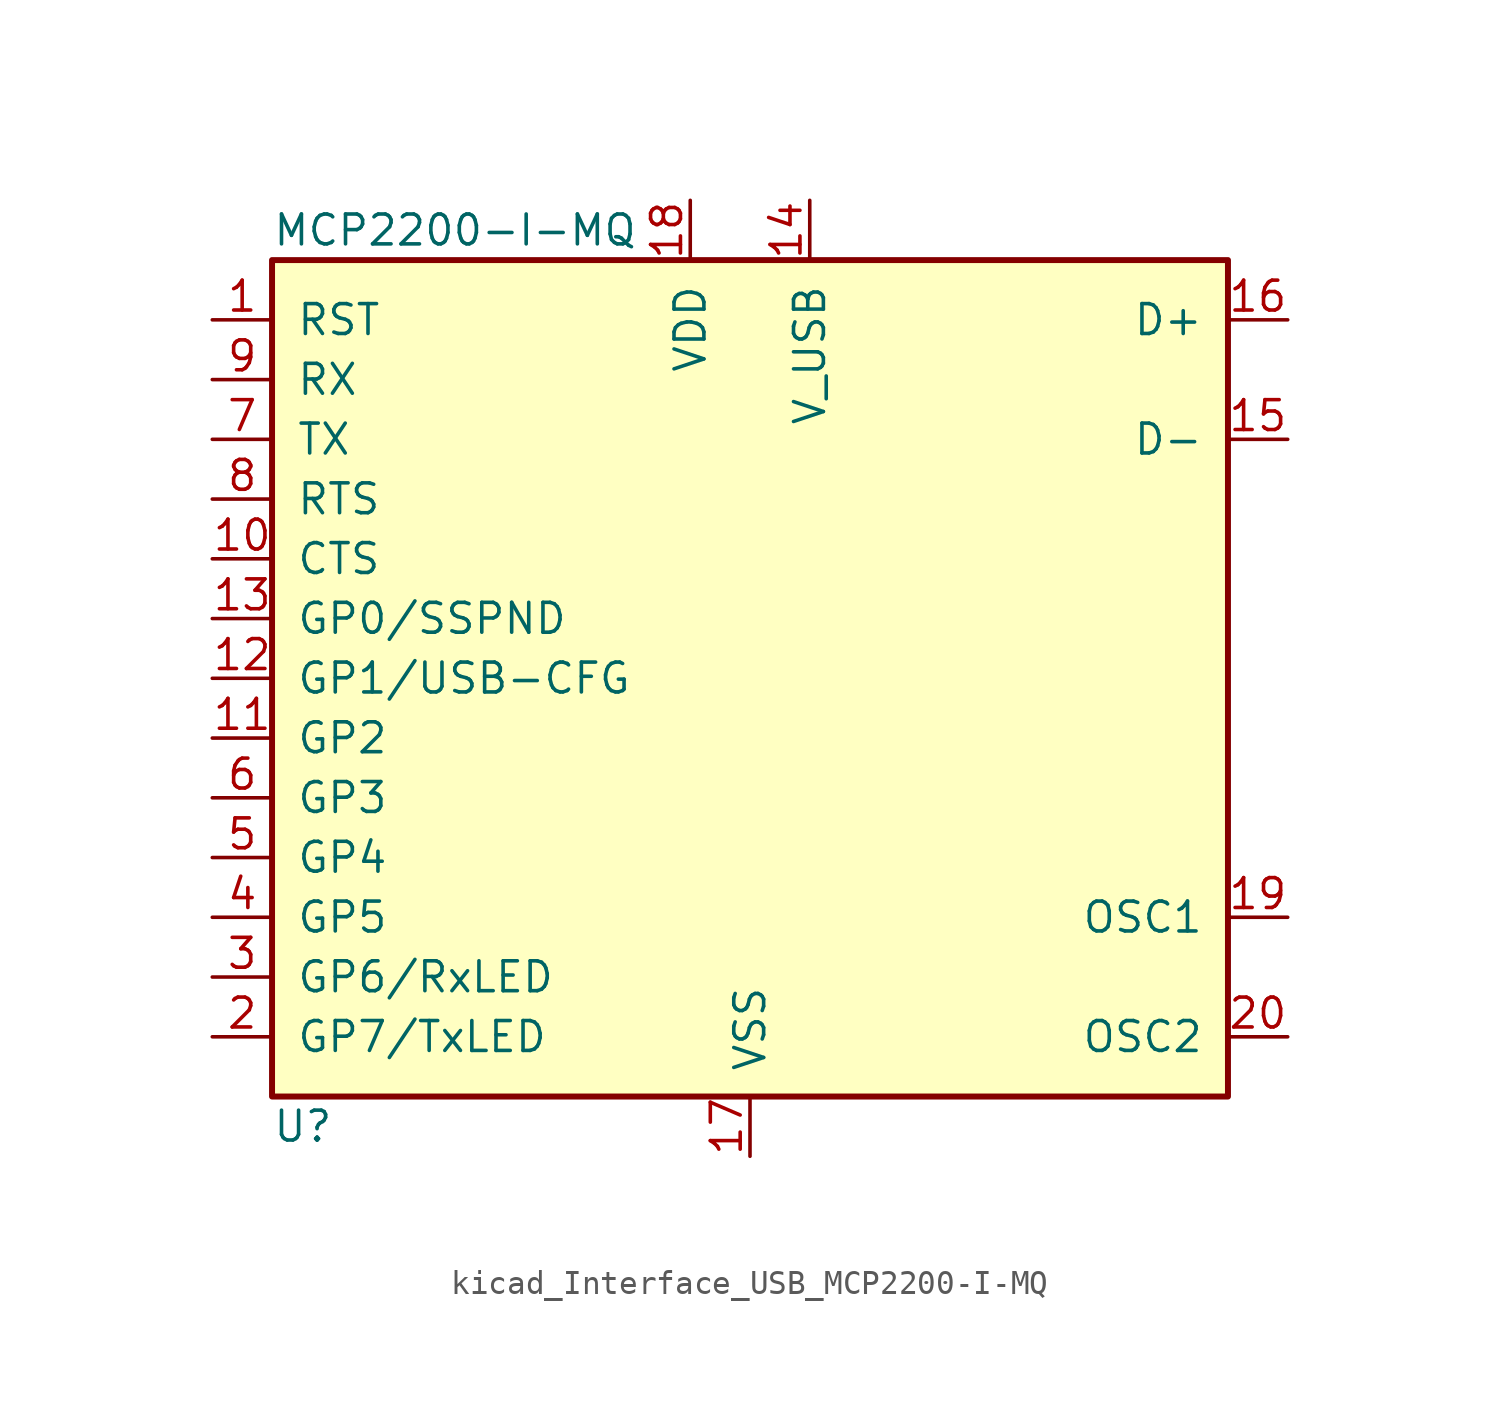
<source format=kicad_sym>
(kicad_symbol_lib
  (version 20220914)
  (generator kicad_symbol_editor)
  (symbol "kicad_Interface_USB_MCP2200-I-MQ"
    (pin_names
      (offset 1.016))
    (property "Reference" "U"
      (at -20.32 -19.05 0)
      (effects (font (size 1.27 1.27)) (justify left)))
    (property "Value" "MCP2200-I-MQ"
      (at -20.32 19.05 0)
      (effects (font (size 1.27 1.27)) (justify left)))
    (symbol "kicad_Interface_USB_MCP2200-I-MQ_0_1"
      (rectangle (start -20.32 17.78) (end 20.32 -17.78) (stroke (width 0.254) (type default)) (fill (type background))))
    (symbol "kicad_Interface_USB_MCP2200-I-MQ_1_1"
      (pin input line (at -22.86 15.24 0) (length 2.54) (name "RST" (effects (font (size 1.27 1.27)))) (number "1" (effects (font (size 1.27 1.27)))))
      (pin input line (at -22.86 5.08 0) (length 2.54) (name "CTS" (effects (font (size 1.27 1.27)))) (number "10" (effects (font (size 1.27 1.27)))))
      (pin bidirectional line (at -22.86 -2.54 0) (length 2.54) (name "GP2" (effects (font (size 1.27 1.27)))) (number "11" (effects (font (size 1.27 1.27)))))
      (pin bidirectional line (at -22.86 0 0) (length 2.54) (name "GP1/USB-CFG" (effects (font (size 1.27 1.27)))) (number "12" (effects (font (size 1.27 1.27)))))
      (pin bidirectional line (at -22.86 2.54 0) (length 2.54) (name "GP0/SSPND" (effects (font (size 1.27 1.27)))) (number "13" (effects (font (size 1.27 1.27)))))
      (pin power_in line (at 2.54 20.32 270) (length 2.54) (name "V_USB" (effects (font (size 1.27 1.27)))) (number "14" (effects (font (size 1.27 1.27)))))
      (pin bidirectional line (at 22.86 10.16 180) (length 2.54) (name "D-" (effects (font (size 1.27 1.27)))) (number "15" (effects (font (size 1.27 1.27)))))
      (pin bidirectional line (at 22.86 15.24 180) (length 2.54) (name "D+" (effects (font (size 1.27 1.27)))) (number "16" (effects (font (size 1.27 1.27)))))
      (pin power_in line (at 0 -20.32 90) (length 2.54) (name "VSS" (effects (font (size 1.27 1.27)))) (number "17" (effects (font (size 1.27 1.27)))))
      (pin power_in line (at -2.54 20.32 270) (length 2.54) (name "VDD" (effects (font (size 1.27 1.27)))) (number "18" (effects (font (size 1.27 1.27)))))
      (pin input line (at 22.86 -10.16 180) (length 2.54) (name "OSC1" (effects (font (size 1.27 1.27)))) (number "19" (effects (font (size 1.27 1.27)))))
      (pin bidirectional line (at -22.86 -15.24 0) (length 2.54) (name "GP7/TxLED" (effects (font (size 1.27 1.27)))) (number "2" (effects (font (size 1.27 1.27)))))
      (pin output line (at 22.86 -15.24 180) (length 2.54) (name "OSC2" (effects (font (size 1.27 1.27)))) (number "20" (effects (font (size 1.27 1.27)))))
      (pin no_connect line (at 20.32 0 180) (length 2.54) hide (name "EP" (effects (font (size 1.27 1.27)))) (number "21" (effects (font (size 1.27 1.27)))))
      (pin bidirectional line (at -22.86 -12.7 0) (length 2.54) (name "GP6/RxLED" (effects (font (size 1.27 1.27)))) (number "3" (effects (font (size 1.27 1.27)))))
      (pin bidirectional line (at -22.86 -10.16 0) (length 2.54) (name "GP5" (effects (font (size 1.27 1.27)))) (number "4" (effects (font (size 1.27 1.27)))))
      (pin bidirectional line (at -22.86 -7.62 0) (length 2.54) (name "GP4" (effects (font (size 1.27 1.27)))) (number "5" (effects (font (size 1.27 1.27)))))
      (pin bidirectional line (at -22.86 -5.08 0) (length 2.54) (name "GP3" (effects (font (size 1.27 1.27)))) (number "6" (effects (font (size 1.27 1.27)))))
      (pin output line (at -22.86 10.16 0) (length 2.54) (name "TX" (effects (font (size 1.27 1.27)))) (number "7" (effects (font (size 1.27 1.27)))))
      (pin output line (at -22.86 7.62 0) (length 2.54) (name "RTS" (effects (font (size 1.27 1.27)))) (number "8" (effects (font (size 1.27 1.27)))))
      (pin input line (at -22.86 12.7 0) (length 2.54) (name "RX" (effects (font (size 1.27 1.27)))) (number "9" (effects (font (size 1.27 1.27))))))))
</source>
